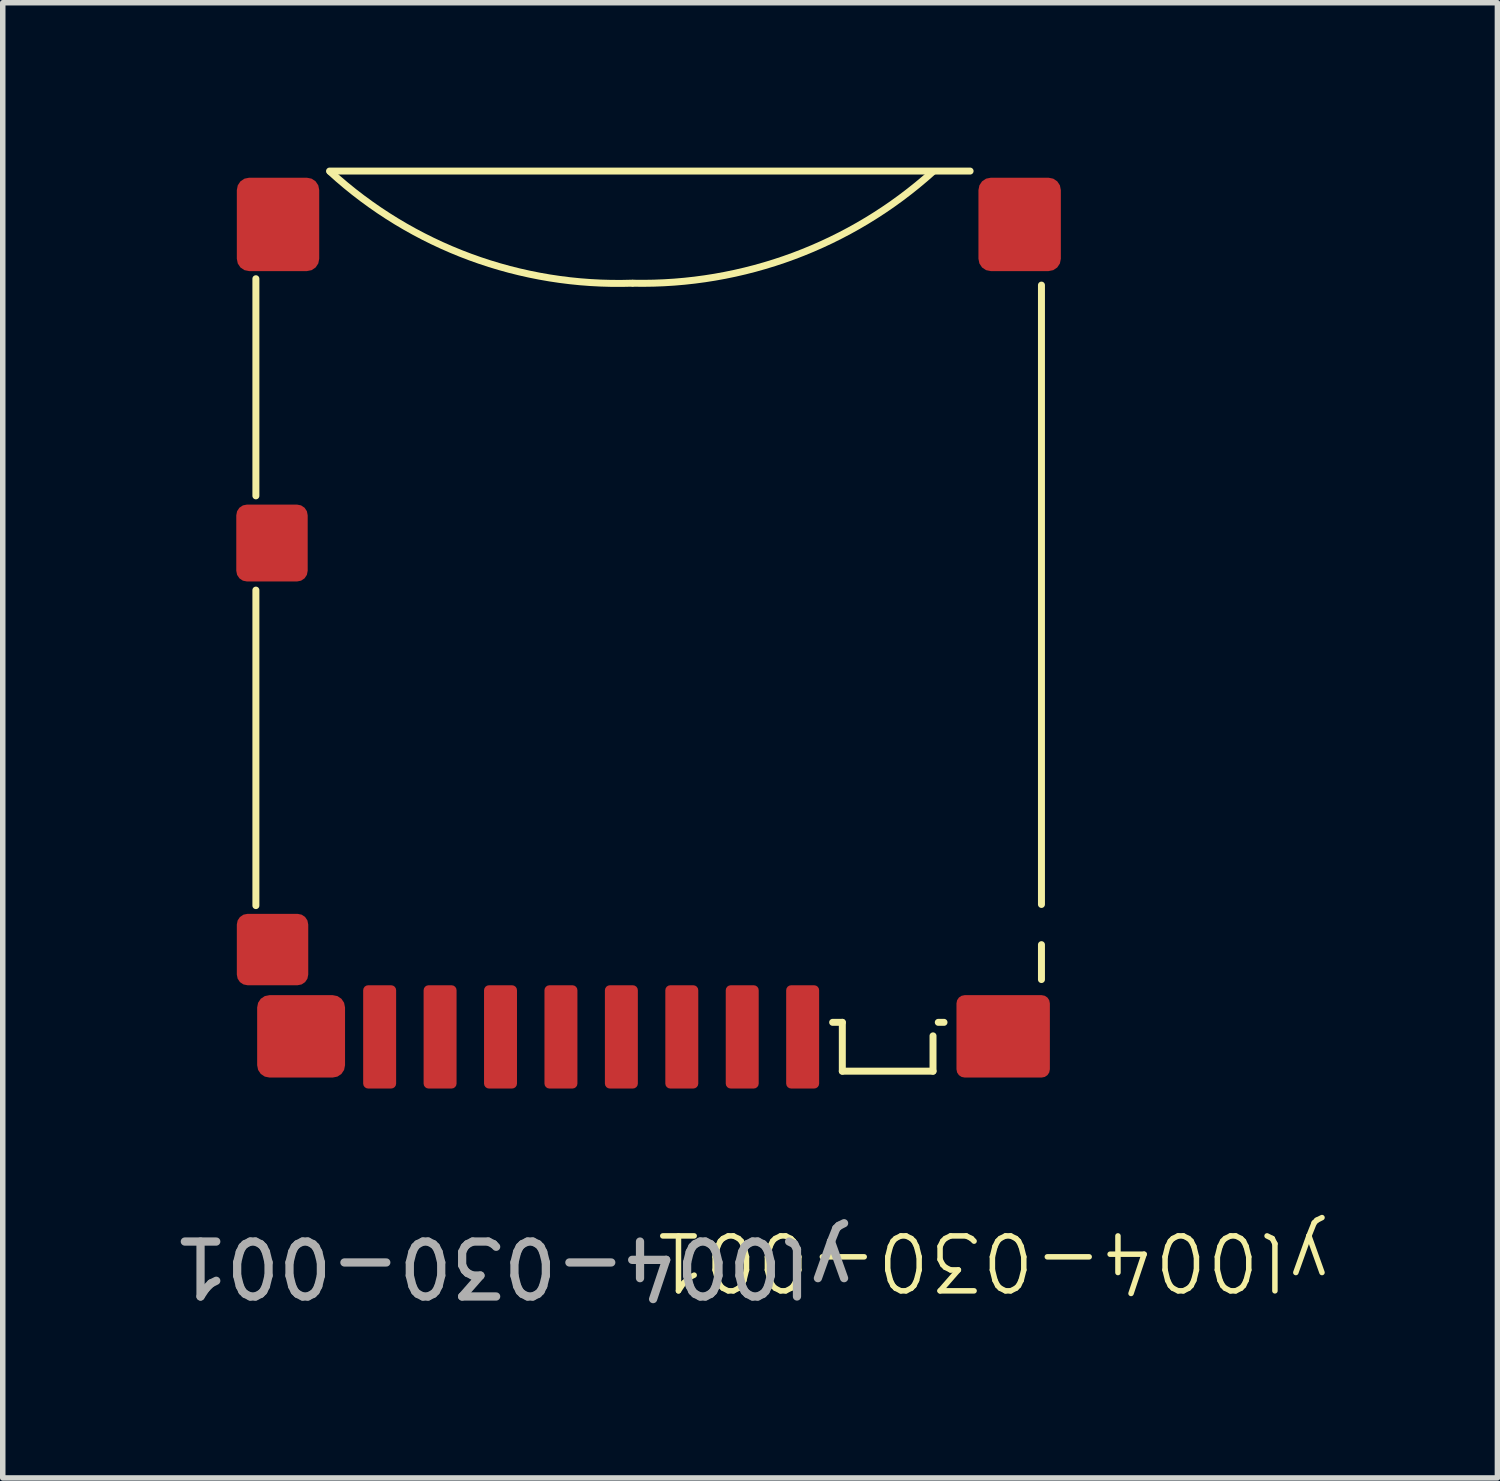
<source format=kicad_pcb>
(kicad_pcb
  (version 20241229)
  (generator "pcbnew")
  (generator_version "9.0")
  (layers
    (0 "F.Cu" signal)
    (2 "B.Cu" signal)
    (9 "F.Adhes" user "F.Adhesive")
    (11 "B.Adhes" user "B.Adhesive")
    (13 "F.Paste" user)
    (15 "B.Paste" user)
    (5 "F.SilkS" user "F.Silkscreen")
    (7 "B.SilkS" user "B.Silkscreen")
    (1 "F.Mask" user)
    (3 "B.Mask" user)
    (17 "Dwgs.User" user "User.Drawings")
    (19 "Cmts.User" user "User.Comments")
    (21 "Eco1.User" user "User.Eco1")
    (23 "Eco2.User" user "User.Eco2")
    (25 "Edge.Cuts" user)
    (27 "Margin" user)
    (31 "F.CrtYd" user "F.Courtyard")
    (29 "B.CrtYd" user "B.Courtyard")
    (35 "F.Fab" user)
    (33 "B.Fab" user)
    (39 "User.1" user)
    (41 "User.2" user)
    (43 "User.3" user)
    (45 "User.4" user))
  (footprint "yl004-030-001"
    (layer "F.Cu")
    (at 2.448 15.834)
    (property "Reference" "yl004-030-001" (at 12.543 4.071 180) (unlocked yes) (layer "F.SilkS") (effects (font (size 1 1) (thickness 0.1))))
    (attr smd)
    (fp_poly (pts (xy -1.237 -9.585) (xy -1.228 -9.619) (xy -1.213 -9.65) (xy -1.193 -9.679) (xy -1.169 -9.703) (xy -1.14 -9.723) (xy -1.108 -9.738) (xy -1.075 -9.747) (xy -1.04 -9.75) (xy -0.04 -9.75) (xy -0.005 -9.747) (xy 0.029 -9.738) (xy 0.06 -9.723) (xy 0.089 -9.703) (xy 0.113 -9.679) (xy 0.133 -9.65) (xy 0.148 -9.619) (xy 0.157 -9.585) (xy 0.16 -9.55) (xy 0.16 -8.45) (xy 0.157 -8.415) (xy 0.148 -8.381) (xy 0.133 -8.35) (xy 0.113 -8.321) (xy 0.089 -8.297) (xy 0.06 -8.277) (xy 0.029 -8.262) (xy -0.005 -8.253) (xy -0.04 -8.25) (xy -1.04 -8.25) (xy -1.075 -8.253) (xy -1.108 -8.262) (xy -1.14 -8.277) (xy -1.169 -8.297) (xy -1.193 -8.321) (xy -1.213 -8.35) (xy -1.228 -8.381) (xy -1.237 -8.415) (xy -1.24 -8.45) (xy -1.24 -9.55)) (stroke (width 0) (type solid)) (fill yes) (layer "F.Mask"))
    (fp_poly (pts (xy -1.237 -2.135) (xy -1.228 -2.168) (xy -1.213 -2.2) (xy -1.193 -2.229) (xy -1.169 -2.253) (xy -1.14 -2.273) (xy -1.108 -2.288) (xy -1.075 -2.297) (xy -1.04 -2.3) (xy -0.04 -2.3) (xy -0.005 -2.297) (xy 0.029 -2.288) (xy 0.06 -2.273) (xy 0.089 -2.253) (xy 0.113 -2.229) (xy 0.133 -2.2) (xy 0.148 -2.168) (xy 0.157 -2.135) (xy 0.16 -2.1) (xy 0.16 -1.1) (xy 0.157 -1.065) (xy 0.148 -1.031) (xy 0.133 -1) (xy 0.113 -0.971) (xy 0.089 -0.947) (xy 0.06 -0.927) (xy 0.029 -0.912) (xy -0.005 -0.903) (xy -0.04 -0.9) (xy -1.04 -0.9) (xy -1.075 -0.903) (xy -1.108 -0.912) (xy -1.14 -0.927) (xy -1.169 -0.947) (xy -1.193 -0.971) (xy -1.213 -1) (xy -1.228 -1.031) (xy -1.237 -1.065) (xy -1.24 -1.1) (xy -1.24 -2.1)) (stroke (width 0) (type solid)) (fill yes) (layer "F.Mask"))
    (fp_poly (pts (xy -1.237 -15.535) (xy -1.228 -15.569) (xy -1.213 -15.6) (xy -1.193 -15.629) (xy -1.169 -15.653) (xy -1.14 -15.673) (xy -1.108 -15.688) (xy -1.075 -15.697) (xy -1.04 -15.7) (xy 0.16 -15.7) (xy 0.16 -15.7) (xy 0.195 -15.697) (xy 0.228 -15.688) (xy 0.26 -15.673) (xy 0.289 -15.653) (xy 0.313 -15.629) (xy 0.333 -15.6) (xy 0.348 -15.568) (xy 0.357 -15.535) (xy 0.36 -15.5) (xy 0.36 -14.1) (xy 0.36 -14.1) (xy 0.357 -14.065) (xy 0.348 -14.031) (xy 0.333 -14) (xy 0.313 -13.971) (xy 0.288 -13.947) (xy 0.26 -13.927) (xy 0.228 -13.912) (xy 0.195 -13.903) (xy 0.16 -13.9) (xy -1.04 -13.9) (xy -1.04 -13.9) (xy -1.075 -13.903) (xy -1.109 -13.912) (xy -1.14 -13.927) (xy -1.169 -13.947) (xy -1.193 -13.972) (xy -1.213 -14) (xy -1.228 -14.032) (xy -1.237 -14.065) (xy -1.24 -14.1) (xy -1.24 -15.5) (xy -1.24 -15.5)) (stroke (width 0) (type solid)) (fill yes) (layer "F.Mask"))
    (fp_poly (pts (xy -0.862 -0.655) (xy -0.853 -0.689) (xy -0.838 -0.72) (xy -0.818 -0.749) (xy -0.794 -0.773) (xy -0.765 -0.793) (xy -0.734 -0.808) (xy -0.7 -0.817) (xy -0.665 -0.82) (xy 0.635 -0.82) (xy 0.635 -0.82) (xy 0.67 -0.817) (xy 0.703 -0.808) (xy 0.735 -0.793) (xy 0.763 -0.773) (xy 0.788 -0.749) (xy 0.808 -0.72) (xy 0.823 -0.688) (xy 0.832 -0.655) (xy 0.835 -0.62) (xy 0.835 0.58) (xy 0.835 0.58) (xy 0.832 0.615) (xy 0.823 0.648) (xy 0.808 0.68) (xy 0.788 0.709) (xy 0.763 0.733) (xy 0.735 0.753) (xy 0.703 0.768) (xy 0.669 0.777) (xy 0.635 0.78) (xy -0.665 0.78) (xy -0.665 0.78) (xy -0.7 0.777) (xy -0.734 0.768) (xy -0.765 0.753) (xy -0.794 0.733) (xy -0.819 0.708) (xy -0.839 0.68) (xy -0.853 0.648) (xy -0.862 0.615) (xy -0.865 0.58) (xy -0.865 -0.62) (xy -0.865 -0.62)) (stroke (width 0) (type solid)) (fill yes) (layer "F.Mask"))
    (fp_poly (pts (xy 1.061 -0.917) (xy 1.066 -0.934) (xy 1.073 -0.95) (xy 1.083 -0.964) (xy 1.096 -0.977) (xy 1.11 -0.987) (xy 1.126 -0.994) (xy 1.143 -0.999) (xy 1.16 -1) (xy 1.66 -1) (xy 1.66 -1) (xy 1.677 -0.999) (xy 1.694 -0.994) (xy 1.71 -0.987) (xy 1.724 -0.977) (xy 1.737 -0.964) (xy 1.747 -0.95) (xy 1.754 -0.934) (xy 1.758 -0.917) (xy 1.76 -0.9) (xy 1.76 0.88) (xy 1.76 0.88) (xy 1.758 0.897) (xy 1.754 0.914) (xy 1.747 0.93) (xy 1.737 0.944) (xy 1.724 0.956) (xy 1.71 0.966) (xy 1.694 0.974) (xy 1.677 0.978) (xy 1.66 0.98) (xy 1.16 0.98) (xy 1.16 0.98) (xy 1.143 0.978) (xy 1.126 0.974) (xy 1.11 0.966) (xy 1.096 0.956) (xy 1.083 0.944) (xy 1.073 0.93) (xy 1.066 0.914) (xy 1.061 0.897) (xy 1.06 0.88) (xy 1.06 -0.9) (xy 1.06 -0.9)) (stroke (width 0) (type solid)) (fill yes) (layer "F.Mask"))
    (fp_poly (pts (xy 2.161 -0.917) (xy 2.166 -0.934) (xy 2.173 -0.95) (xy 2.183 -0.964) (xy 2.196 -0.977) (xy 2.21 -0.987) (xy 2.226 -0.994) (xy 2.242 -0.999) (xy 2.26 -1) (xy 2.76 -1) (xy 2.76 -1) (xy 2.777 -0.999) (xy 2.794 -0.994) (xy 2.81 -0.987) (xy 2.824 -0.977) (xy 2.836 -0.964) (xy 2.846 -0.95) (xy 2.854 -0.934) (xy 2.858 -0.917) (xy 2.86 -0.9) (xy 2.86 0.88) (xy 2.86 0.88) (xy 2.858 0.897) (xy 2.854 0.914) (xy 2.846 0.93) (xy 2.836 0.944) (xy 2.824 0.956) (xy 2.81 0.966) (xy 2.794 0.974) (xy 2.777 0.978) (xy 2.76 0.98) (xy 2.26 0.98) (xy 2.26 0.98) (xy 2.242 0.978) (xy 2.226 0.974) (xy 2.21 0.966) (xy 2.195 0.956) (xy 2.183 0.944) (xy 2.173 0.93) (xy 2.166 0.914) (xy 2.161 0.897) (xy 2.16 0.88) (xy 2.16 -0.9) (xy 2.16 -0.9)) (stroke (width 0) (type solid)) (fill yes) (layer "F.Mask"))
    (fp_poly (pts (xy 3.261 -0.917) (xy 3.266 -0.934) (xy 3.273 -0.95) (xy 3.283 -0.964) (xy 3.296 -0.977) (xy 3.31 -0.987) (xy 3.326 -0.994) (xy 3.343 -0.999) (xy 3.36 -1) (xy 3.86 -1) (xy 3.86 -1) (xy 3.877 -0.999) (xy 3.894 -0.994) (xy 3.91 -0.987) (xy 3.924 -0.977) (xy 3.937 -0.964) (xy 3.947 -0.95) (xy 3.954 -0.934) (xy 3.958 -0.917) (xy 3.96 -0.9) (xy 3.96 0.88) (xy 3.96 0.88) (xy 3.958 0.897) (xy 3.954 0.914) (xy 3.946 0.93) (xy 3.936 0.944) (xy 3.924 0.956) (xy 3.91 0.966) (xy 3.894 0.974) (xy 3.877 0.978) (xy 3.86 0.98) (xy 3.36 0.98) (xy 3.36 0.98) (xy 3.342 0.978) (xy 3.326 0.974) (xy 3.31 0.966) (xy 3.296 0.956) (xy 3.283 0.944) (xy 3.273 0.93) (xy 3.266 0.914) (xy 3.261 0.897) (xy 3.26 0.88) (xy 3.26 -0.9) (xy 3.26 -0.9)) (stroke (width 0) (type solid)) (fill yes) (layer "F.Mask"))
    (fp_poly (pts (xy 4.361 -0.917) (xy 4.366 -0.934) (xy 4.373 -0.95) (xy 4.383 -0.964) (xy 4.396 -0.977) (xy 4.41 -0.987) (xy 4.426 -0.994) (xy 4.443 -0.999) (xy 4.46 -1) (xy 4.96 -1) (xy 4.96 -1) (xy 4.977 -0.999) (xy 4.994 -0.994) (xy 5.01 -0.987) (xy 5.024 -0.977) (xy 5.037 -0.964) (xy 5.047 -0.95) (xy 5.054 -0.934) (xy 5.058 -0.917) (xy 5.06 -0.9) (xy 5.06 0.88) (xy 5.06 0.88) (xy 5.058 0.897) (xy 5.054 0.914) (xy 5.047 0.93) (xy 5.037 0.944) (xy 5.024 0.956) (xy 5.01 0.966) (xy 4.994 0.974) (xy 4.977 0.978) (xy 4.96 0.98) (xy 4.46 0.98) (xy 4.46 0.98) (xy 4.442 0.978) (xy 4.426 0.974) (xy 4.41 0.966) (xy 4.396 0.956) (xy 4.383 0.944) (xy 4.373 0.93) (xy 4.366 0.914) (xy 4.361 0.897) (xy 4.36 0.88) (xy 4.36 -0.9) (xy 4.36 -0.9)) (stroke (width 0) (type solid)) (fill yes) (layer "F.Mask"))
    (fp_poly (pts (xy 5.462 -0.917) (xy 5.466 -0.934) (xy 5.473 -0.95) (xy 5.483 -0.964) (xy 5.496 -0.977) (xy 5.51 -0.987) (xy 5.526 -0.994) (xy 5.543 -0.999) (xy 5.56 -1) (xy 6.06 -1) (xy 6.06 -1) (xy 6.077 -0.999) (xy 6.094 -0.994) (xy 6.11 -0.987) (xy 6.124 -0.977) (xy 6.137 -0.964) (xy 6.147 -0.95) (xy 6.154 -0.934) (xy 6.159 -0.917) (xy 6.16 -0.9) (xy 6.16 0.88) (xy 6.16 0.88) (xy 6.159 0.897) (xy 6.154 0.914) (xy 6.147 0.93) (xy 6.137 0.944) (xy 6.124 0.956) (xy 6.11 0.966) (xy 6.094 0.974) (xy 6.077 0.978) (xy 6.06 0.98) (xy 5.56 0.98) (xy 5.56 0.98) (xy 5.543 0.978) (xy 5.526 0.974) (xy 5.51 0.966) (xy 5.496 0.956) (xy 5.483 0.944) (xy 5.473 0.93) (xy 5.466 0.914) (xy 5.462 0.897) (xy 5.46 0.88) (xy 5.46 -0.9) (xy 5.46 -0.9)) (stroke (width 0) (type solid)) (fill yes) (layer "F.Mask"))
    (fp_poly (pts (xy 6.561 -0.917) (xy 6.566 -0.934) (xy 6.573 -0.95) (xy 6.583 -0.964) (xy 6.596 -0.977) (xy 6.61 -0.987) (xy 6.626 -0.994) (xy 6.643 -0.999) (xy 6.66 -1) (xy 7.16 -1) (xy 7.16 -1) (xy 7.177 -0.999) (xy 7.194 -0.994) (xy 7.21 -0.987) (xy 7.224 -0.977) (xy 7.237 -0.964) (xy 7.247 -0.95) (xy 7.254 -0.934) (xy 7.258 -0.917) (xy 7.26 -0.9) (xy 7.26 0.88) (xy 7.26 0.88) (xy 7.258 0.897) (xy 7.254 0.914) (xy 7.246 0.93) (xy 7.236 0.944) (xy 7.224 0.956) (xy 7.21 0.966) (xy 7.194 0.974) (xy 7.177 0.978) (xy 7.16 0.98) (xy 6.66 0.98) (xy 6.66 0.98) (xy 6.642 0.978) (xy 6.626 0.974) (xy 6.61 0.966) (xy 6.595 0.956) (xy 6.583 0.944) (xy 6.573 0.93) (xy 6.566 0.914) (xy 6.561 0.897) (xy 6.56 0.88) (xy 6.56 -0.9) (xy 6.56 -0.9)) (stroke (width 0) (type solid)) (fill yes) (layer "F.Mask"))
    (fp_poly (pts (xy 7.661 -0.917) (xy 7.666 -0.934) (xy 7.673 -0.95) (xy 7.683 -0.964) (xy 7.696 -0.977) (xy 7.71 -0.987) (xy 7.726 -0.994) (xy 7.743 -0.999) (xy 7.76 -1) (xy 8.26 -1) (xy 8.26 -1) (xy 8.277 -0.999) (xy 8.294 -0.994) (xy 8.31 -0.987) (xy 8.324 -0.977) (xy 8.337 -0.964) (xy 8.347 -0.95) (xy 8.354 -0.934) (xy 8.358 -0.917) (xy 8.36 -0.9) (xy 8.36 0.88) (xy 8.36 0.88) (xy 8.358 0.897) (xy 8.354 0.914) (xy 8.347 0.93) (xy 8.336 0.944) (xy 8.324 0.956) (xy 8.31 0.966) (xy 8.294 0.974) (xy 8.277 0.978) (xy 8.26 0.98) (xy 7.76 0.98) (xy 7.76 0.98) (xy 7.742 0.978) (xy 7.726 0.974) (xy 7.71 0.966) (xy 7.696 0.956) (xy 7.683 0.944) (xy 7.673 0.93) (xy 7.666 0.914) (xy 7.661 0.897) (xy 7.66 0.88) (xy 7.66 -0.9) (xy 7.66 -0.9)) (stroke (width 0) (type solid)) (fill yes) (layer "F.Mask"))
    (fp_poly (pts (xy 8.761 -0.917) (xy 8.766 -0.934) (xy 8.773 -0.95) (xy 8.783 -0.964) (xy 8.796 -0.977) (xy 8.81 -0.987) (xy 8.826 -0.994) (xy 8.843 -0.999) (xy 8.86 -1) (xy 9.36 -1) (xy 9.36 -1) (xy 9.377 -0.999) (xy 9.394 -0.994) (xy 9.41 -0.987) (xy 9.424 -0.977) (xy 9.437 -0.964) (xy 9.447 -0.95) (xy 9.454 -0.934) (xy 9.458 -0.917) (xy 9.46 -0.9) (xy 9.46 0.88) (xy 9.46 0.88) (xy 9.458 0.897) (xy 9.454 0.914) (xy 9.447 0.93) (xy 9.437 0.944) (xy 9.424 0.956) (xy 9.41 0.966) (xy 9.394 0.974) (xy 9.377 0.978) (xy 9.36 0.98) (xy 8.86 0.98) (xy 8.86 0.98) (xy 8.843 0.978) (xy 8.826 0.974) (xy 8.81 0.966) (xy 8.796 0.956) (xy 8.783 0.944) (xy 8.773 0.93) (xy 8.766 0.914) (xy 8.761 0.897) (xy 8.76 0.88) (xy 8.76 -0.9) (xy 8.76 -0.9)) (stroke (width 0) (type solid)) (fill yes) (layer "F.Mask"))
    (fp_poly (pts (xy 11.863 -0.655) (xy 11.872 -0.689) (xy 11.887 -0.72) (xy 11.907 -0.749) (xy 11.931 -0.773) (xy 11.96 -0.793) (xy 11.992 -0.808) (xy 12.025 -0.817) (xy 12.06 -0.82) (xy 13.46 -0.82) (xy 13.46 -0.82) (xy 13.495 -0.817) (xy 13.529 -0.808) (xy 13.56 -0.793) (xy 13.589 -0.773) (xy 13.613 -0.749) (xy 13.633 -0.72) (xy 13.648 -0.688) (xy 13.657 -0.655) (xy 13.66 -0.62) (xy 13.66 0.58) (xy 13.66 0.58) (xy 13.657 0.615) (xy 13.648 0.648) (xy 13.633 0.68) (xy 13.613 0.709) (xy 13.589 0.733) (xy 13.56 0.753) (xy 13.528 0.768) (xy 13.495 0.777) (xy 13.46 0.78) (xy 12.06 0.78) (xy 12.06 0.78) (xy 12.025 0.777) (xy 11.991 0.768) (xy 11.96 0.753) (xy 11.931 0.733) (xy 11.907 0.708) (xy 11.887 0.68) (xy 11.872 0.648) (xy 11.863 0.615) (xy 11.86 0.58) (xy 11.86 -0.62) (xy 11.86 -0.62)) (stroke (width 0) (type solid)) (fill yes) (layer "F.Mask"))
    (fp_poly (pts (xy 12.263 -15.535) (xy 12.272 -15.569) (xy 12.287 -15.6) (xy 12.307 -15.629) (xy 12.331 -15.653) (xy 12.36 -15.673) (xy 12.392 -15.688) (xy 12.425 -15.697) (xy 12.46 -15.7) (xy 13.66 -15.7) (xy 13.66 -15.7) (xy 13.695 -15.697) (xy 13.728 -15.688) (xy 13.76 -15.673) (xy 13.789 -15.653) (xy 13.813 -15.629) (xy 13.833 -15.6) (xy 13.848 -15.568) (xy 13.857 -15.535) (xy 13.86 -15.5) (xy 13.86 -14.1) (xy 13.86 -14.1) (xy 13.857 -14.065) (xy 13.848 -14.031) (xy 13.833 -14) (xy 13.813 -13.971) (xy 13.788 -13.947) (xy 13.76 -13.927) (xy 13.728 -13.912) (xy 13.695 -13.903) (xy 13.66 -13.9) (xy 12.46 -13.9) (xy 12.46 -13.9) (xy 12.425 -13.903) (xy 12.391 -13.912) (xy 12.36 -13.927) (xy 12.331 -13.947) (xy 12.307 -13.972) (xy 12.287 -14) (xy 12.272 -14.032) (xy 12.263 -14.065) (xy 12.26 -14.1) (xy 12.26 -15.5) (xy 12.26 -15.5)) (stroke (width 0) (type solid)) (fill yes) (layer "F.Mask"))
    (fp_line (start -0.84 -13.81) (end -0.84 -9.858) (stroke (width 0.127) (type solid)) (layer "F.SilkS"))
    (fp_line (start -0.84 -8.142) (end -0.84 -2.399) (stroke (width 0.127) (type solid)) (layer "F.SilkS"))
    (fp_line (start 9.659 -0.274) (end 9.835 -0.274) (stroke (width 0.127) (type solid)) (layer "F.SilkS"))
    (fp_line (start 9.835 -0.274) (end 9.835 0.615) (stroke (width 0.127) (type solid)) (layer "F.SilkS"))
    (fp_line (start 9.835 0.615) (end 11.486 0.615) (stroke (width 0.127) (type solid)) (layer "F.SilkS"))
    (fp_line (start 11.486 0.615) (end 11.486 -0.028) (stroke (width 0.127) (type solid)) (layer "F.SilkS"))
    (fp_line (start 11.582 -0.274) (end 11.686 -0.274) (stroke (width 0.127) (type solid)) (layer "F.SilkS"))
    (fp_line (start 12.161 -15.77) (end 0.501 -15.77) (stroke (width 0.127) (type solid)) (layer "F.SilkS"))
    (fp_line (start 13.46 -2.42) (end 13.46 -13.694) (stroke (width 0.127) (type solid)) (layer "F.SilkS"))
    (fp_line (start 13.46 -1.053) (end 13.46 -1.688) (stroke (width 0.127) (type solid)) (layer "F.SilkS"))
    (fp_arc (start 6.0089 -13.728951) (mid 3.061491 -14.204812) (end 0.51183 -15.75816) (stroke (width 0.127) (type solid)) (layer "F.SilkS"))
    (fp_arc (start 11.485935 -15.760151) (mid 8.949183 -14.223412) (end 6.0249 -13.72819) (stroke (width 0.127) (type solid)) (layer "F.SilkS"))
    (fp_poly (pts (xy -1.187 -9.535) (xy -1.178 -9.568) (xy -1.163 -9.6) (xy -1.143 -9.629) (xy -1.119 -9.653) (xy -1.09 -9.673) (xy -1.058 -9.688) (xy -1.025 -9.697) (xy -0.99 -9.7) (xy -0.09 -9.7) (xy -0.055 -9.697) (xy -0.022 -9.688) (xy 0.01 -9.673) (xy 0.039 -9.653) (xy 0.063 -9.629) (xy 0.083 -9.6) (xy 0.098 -9.568) (xy 0.107 -9.535) (xy 0.11 -9.5) (xy 0.11 -8.5) (xy 0.107 -8.465) (xy 0.098 -8.431) (xy 0.083 -8.4) (xy 0.063 -8.371) (xy 0.039 -8.347) (xy 0.01 -8.327) (xy -0.022 -8.312) (xy -0.055 -8.303) (xy -0.09 -8.3) (xy -0.99 -8.3) (xy -1.025 -8.303) (xy -1.058 -8.312) (xy -1.09 -8.327) (xy -1.119 -8.347) (xy -1.143 -8.371) (xy -1.163 -8.4) (xy -1.178 -8.431) (xy -1.187 -8.465) (xy -1.19 -8.5) (xy -1.19 -9.5)) (stroke (width 0) (type solid)) (fill yes) (layer "F.Paste"))
    (fp_poly (pts (xy -1.187 -2.085) (xy -1.178 -2.118) (xy -1.163 -2.15) (xy -1.143 -2.179) (xy -1.119 -2.203) (xy -1.09 -2.223) (xy -1.058 -2.238) (xy -1.025 -2.247) (xy -0.99 -2.25) (xy -0.09 -2.25) (xy -0.055 -2.247) (xy -0.022 -2.238) (xy 0.01 -2.223) (xy 0.039 -2.203) (xy 0.063 -2.179) (xy 0.083 -2.15) (xy 0.098 -2.118) (xy 0.107 -2.085) (xy 0.11 -2.05) (xy 0.11 -1.15) (xy 0.107 -1.115) (xy 0.098 -1.081) (xy 0.083 -1.05) (xy 0.063 -1.021) (xy 0.039 -0.997) (xy 0.01 -0.977) (xy -0.022 -0.962) (xy -0.055 -0.953) (xy -0.09 -0.95) (xy -0.99 -0.95) (xy -1.025 -0.953) (xy -1.058 -0.962) (xy -1.09 -0.977) (xy -1.119 -0.997) (xy -1.143 -1.021) (xy -1.163 -1.05) (xy -1.178 -1.081) (xy -1.187 -1.115) (xy -1.19 -1.15) (xy -1.19 -2.05)) (stroke (width 0) (type solid)) (fill yes) (layer "F.Paste"))
    (fp_poly (pts (xy 1.112 -0.868) (xy 1.116 -0.884) (xy 1.123 -0.9) (xy 1.133 -0.914) (xy 1.146 -0.927) (xy 1.16 -0.937) (xy 1.176 -0.944) (xy 1.193 -0.949) (xy 1.21 -0.95) (xy 1.61 -0.95) (xy 1.627 -0.949) (xy 1.644 -0.944) (xy 1.66 -0.937) (xy 1.674 -0.927) (xy 1.687 -0.914) (xy 1.697 -0.9) (xy 1.704 -0.884) (xy 1.708 -0.868) (xy 1.71 -0.85) (xy 1.71 0.83) (xy 1.708 0.847) (xy 1.704 0.864) (xy 1.697 0.88) (xy 1.687 0.894) (xy 1.674 0.906) (xy 1.66 0.916) (xy 1.644 0.924) (xy 1.627 0.928) (xy 1.61 0.93) (xy 1.21 0.93) (xy 1.193 0.928) (xy 1.176 0.924) (xy 1.16 0.916) (xy 1.146 0.906) (xy 1.133 0.894) (xy 1.123 0.88) (xy 1.116 0.864) (xy 1.112 0.847) (xy 1.11 0.83) (xy 1.11 -0.85)) (stroke (width 0) (type solid)) (fill yes) (layer "F.Paste"))
    (fp_poly (pts (xy 2.211 -0.868) (xy 2.216 -0.884) (xy 2.223 -0.9) (xy 2.233 -0.914) (xy 2.246 -0.927) (xy 2.26 -0.937) (xy 2.276 -0.944) (xy 2.293 -0.949) (xy 2.31 -0.95) (xy 2.71 -0.95) (xy 2.727 -0.949) (xy 2.744 -0.944) (xy 2.76 -0.937) (xy 2.774 -0.927) (xy 2.786 -0.914) (xy 2.796 -0.9) (xy 2.804 -0.884) (xy 2.808 -0.868) (xy 2.81 -0.85) (xy 2.81 0.83) (xy 2.808 0.847) (xy 2.804 0.864) (xy 2.796 0.88) (xy 2.786 0.894) (xy 2.774 0.906) (xy 2.76 0.916) (xy 2.744 0.924) (xy 2.727 0.928) (xy 2.71 0.93) (xy 2.31 0.93) (xy 2.293 0.928) (xy 2.276 0.924) (xy 2.26 0.916) (xy 2.246 0.906) (xy 2.233 0.894) (xy 2.223 0.88) (xy 2.216 0.864) (xy 2.211 0.847) (xy 2.21 0.83) (xy 2.21 -0.85)) (stroke (width 0) (type solid)) (fill yes) (layer "F.Paste"))
    (fp_poly (pts (xy 3.311 -0.868) (xy 3.316 -0.884) (xy 3.323 -0.9) (xy 3.333 -0.914) (xy 3.346 -0.927) (xy 3.36 -0.937) (xy 3.376 -0.944) (xy 3.393 -0.949) (xy 3.41 -0.95) (xy 3.81 -0.95) (xy 3.827 -0.949) (xy 3.844 -0.944) (xy 3.86 -0.937) (xy 3.874 -0.927) (xy 3.886 -0.914) (xy 3.896 -0.9) (xy 3.904 -0.884) (xy 3.908 -0.868) (xy 3.91 -0.85) (xy 3.91 0.83) (xy 3.908 0.847) (xy 3.904 0.864) (xy 3.896 0.88) (xy 3.886 0.894) (xy 3.874 0.906) (xy 3.86 0.916) (xy 3.844 0.924) (xy 3.827 0.928) (xy 3.81 0.93) (xy 3.41 0.93) (xy 3.393 0.928) (xy 3.376 0.924) (xy 3.36 0.916) (xy 3.346 0.906) (xy 3.333 0.894) (xy 3.323 0.88) (xy 3.316 0.864) (xy 3.311 0.847) (xy 3.31 0.83) (xy 3.31 -0.85)) (stroke (width 0) (type solid)) (fill yes) (layer "F.Paste"))
    (fp_poly (pts (xy 4.411 -0.868) (xy 4.416 -0.884) (xy 4.423 -0.9) (xy 4.433 -0.914) (xy 4.446 -0.927) (xy 4.46 -0.937) (xy 4.476 -0.944) (xy 4.493 -0.949) (xy 4.51 -0.95) (xy 4.91 -0.95) (xy 4.927 -0.949) (xy 4.944 -0.944) (xy 4.96 -0.937) (xy 4.974 -0.927) (xy 4.987 -0.914) (xy 4.997 -0.9) (xy 5.004 -0.884) (xy 5.008 -0.868) (xy 5.01 -0.85) (xy 5.01 0.83) (xy 5.008 0.847) (xy 5.004 0.864) (xy 4.997 0.88) (xy 4.987 0.894) (xy 4.974 0.906) (xy 4.96 0.916) (xy 4.944 0.924) (xy 4.927 0.928) (xy 4.91 0.93) (xy 4.51 0.93) (xy 4.493 0.928) (xy 4.476 0.924) (xy 4.46 0.916) (xy 4.446 0.906) (xy 4.433 0.894) (xy 4.423 0.88) (xy 4.416 0.864) (xy 4.411 0.847) (xy 4.41 0.83) (xy 4.41 -0.85)) (stroke (width 0) (type solid)) (fill yes) (layer "F.Paste"))
    (fp_poly (pts (xy 5.512 -0.868) (xy 5.516 -0.884) (xy 5.523 -0.9) (xy 5.533 -0.914) (xy 5.546 -0.927) (xy 5.56 -0.937) (xy 5.576 -0.944) (xy 5.593 -0.949) (xy 5.61 -0.95) (xy 6.01 -0.95) (xy 6.027 -0.949) (xy 6.044 -0.944) (xy 6.06 -0.937) (xy 6.074 -0.927) (xy 6.087 -0.914) (xy 6.097 -0.9) (xy 6.104 -0.884) (xy 6.108 -0.868) (xy 6.11 -0.85) (xy 6.11 0.83) (xy 6.108 0.847) (xy 6.104 0.864) (xy 6.097 0.88) (xy 6.087 0.894) (xy 6.074 0.906) (xy 6.06 0.916) (xy 6.044 0.924) (xy 6.027 0.928) (xy 6.01 0.93) (xy 5.61 0.93) (xy 5.593 0.928) (xy 5.576 0.924) (xy 5.56 0.916) (xy 5.546 0.906) (xy 5.533 0.894) (xy 5.523 0.88) (xy 5.516 0.864) (xy 5.512 0.847) (xy 5.51 0.83) (xy 5.51 -0.85)) (stroke (width 0) (type solid)) (fill yes) (layer "F.Paste"))
    (fp_poly (pts (xy 6.611 -0.868) (xy 6.616 -0.884) (xy 6.623 -0.9) (xy 6.633 -0.914) (xy 6.646 -0.927) (xy 6.66 -0.937) (xy 6.676 -0.944) (xy 6.693 -0.949) (xy 6.71 -0.95) (xy 7.11 -0.95) (xy 7.127 -0.949) (xy 7.144 -0.944) (xy 7.16 -0.937) (xy 7.174 -0.927) (xy 7.186 -0.914) (xy 7.196 -0.9) (xy 7.204 -0.884) (xy 7.208 -0.868) (xy 7.21 -0.85) (xy 7.21 0.83) (xy 7.208 0.847) (xy 7.204 0.864) (xy 7.196 0.88) (xy 7.186 0.894) (xy 7.174 0.906) (xy 7.16 0.916) (xy 7.144 0.924) (xy 7.127 0.928) (xy 7.11 0.93) (xy 6.71 0.93) (xy 6.693 0.928) (xy 6.676 0.924) (xy 6.66 0.916) (xy 6.646 0.906) (xy 6.633 0.894) (xy 6.623 0.88) (xy 6.616 0.864) (xy 6.611 0.847) (xy 6.61 0.83) (xy 6.61 -0.85)) (stroke (width 0) (type solid)) (fill yes) (layer "F.Paste"))
    (fp_poly (pts (xy 7.711 -0.868) (xy 7.716 -0.884) (xy 7.723 -0.9) (xy 7.733 -0.914) (xy 7.746 -0.927) (xy 7.76 -0.937) (xy 7.776 -0.944) (xy 7.793 -0.949) (xy 7.81 -0.95) (xy 8.21 -0.95) (xy 8.227 -0.949) (xy 8.244 -0.944) (xy 8.26 -0.937) (xy 8.274 -0.927) (xy 8.286 -0.914) (xy 8.296 -0.9) (xy 8.304 -0.884) (xy 8.308 -0.868) (xy 8.31 -0.85) (xy 8.31 0.83) (xy 8.308 0.847) (xy 8.304 0.864) (xy 8.296 0.88) (xy 8.286 0.894) (xy 8.274 0.906) (xy 8.26 0.916) (xy 8.244 0.924) (xy 8.227 0.928) (xy 8.21 0.93) (xy 7.81 0.93) (xy 7.793 0.928) (xy 7.776 0.924) (xy 7.76 0.916) (xy 7.746 0.906) (xy 7.733 0.894) (xy 7.723 0.88) (xy 7.716 0.864) (xy 7.711 0.847) (xy 7.71 0.83) (xy 7.71 -0.85)) (stroke (width 0) (type solid)) (fill yes) (layer "F.Paste"))
    (fp_poly (pts (xy 8.812 -0.868) (xy 8.816 -0.884) (xy 8.823 -0.9) (xy 8.833 -0.914) (xy 8.846 -0.927) (xy 8.86 -0.937) (xy 8.876 -0.944) (xy 8.893 -0.949) (xy 8.91 -0.95) (xy 9.31 -0.95) (xy 9.327 -0.949) (xy 9.344 -0.944) (xy 9.36 -0.937) (xy 9.374 -0.927) (xy 9.387 -0.914) (xy 9.397 -0.9) (xy 9.404 -0.884) (xy 9.408 -0.868) (xy 9.41 -0.85) (xy 9.41 0.83) (xy 9.408 0.847) (xy 9.404 0.864) (xy 9.397 0.88) (xy 9.387 0.894) (xy 9.374 0.906) (xy 9.36 0.916) (xy 9.344 0.924) (xy 9.327 0.928) (xy 9.31 0.93) (xy 8.91 0.93) (xy 8.893 0.928) (xy 8.876 0.924) (xy 8.86 0.916) (xy 8.846 0.906) (xy 8.833 0.894) (xy 8.823 0.88) (xy 8.816 0.864) (xy 8.812 0.847) (xy 8.81 0.83) (xy 8.81 -0.85)) (stroke (width 0) (type solid)) (fill yes) (layer "F.Paste"))
    (fp_poly (pts (xy -1.187 -15.485) (xy -1.178 -15.519) (xy -1.163 -15.55) (xy -1.143 -15.579) (xy -1.119 -15.603) (xy -1.09 -15.623) (xy -1.059 -15.638) (xy -1.025 -15.647) (xy -0.99 -15.65) (xy 0.11 -15.65) (xy 0.11 -15.65) (xy 0.145 -15.647) (xy 0.178 -15.638) (xy 0.21 -15.623) (xy 0.239 -15.603) (xy 0.263 -15.579) (xy 0.283 -15.55) (xy 0.298 -15.518) (xy 0.307 -15.485) (xy 0.31 -15.45) (xy 0.31 -14.15) (xy 0.31 -14.15) (xy 0.307 -14.115) (xy 0.298 -14.082) (xy 0.283 -14.05) (xy 0.263 -14.021) (xy 0.238 -13.997) (xy 0.21 -13.977) (xy 0.178 -13.962) (xy 0.145 -13.953) (xy 0.11 -13.95) (xy -0.99 -13.95) (xy -0.99 -13.95) (xy -1.025 -13.953) (xy -1.059 -13.962) (xy -1.09 -13.977) (xy -1.119 -13.997) (xy -1.144 -14.022) (xy -1.163 -14.05) (xy -1.178 -14.082) (xy -1.187 -14.115) (xy -1.19 -14.15) (xy -1.19 -15.45) (xy -1.19 -15.45)) (stroke (width 0) (type solid)) (fill yes) (layer "F.Paste"))
    (fp_poly (pts (xy -0.812 -0.605) (xy -0.803 -0.639) (xy -0.788 -0.67) (xy -0.768 -0.699) (xy -0.744 -0.723) (xy -0.715 -0.743) (xy -0.684 -0.758) (xy -0.65 -0.767) (xy -0.615 -0.77) (xy 0.585 -0.77) (xy 0.585 -0.77) (xy 0.62 -0.767) (xy 0.653 -0.758) (xy 0.685 -0.743) (xy 0.713 -0.723) (xy 0.738 -0.699) (xy 0.758 -0.67) (xy 0.773 -0.639) (xy 0.782 -0.605) (xy 0.785 -0.57) (xy 0.785 0.53) (xy 0.785 0.53) (xy 0.782 0.565) (xy 0.773 0.599) (xy 0.758 0.63) (xy 0.738 0.659) (xy 0.713 0.683) (xy 0.685 0.703) (xy 0.653 0.718) (xy 0.619 0.727) (xy 0.585 0.73) (xy -0.615 0.73) (xy -0.615 0.73) (xy -0.65 0.727) (xy -0.684 0.718) (xy -0.715 0.703) (xy -0.744 0.683) (xy -0.768 0.659) (xy -0.788 0.63) (xy -0.803 0.598) (xy -0.812 0.565) (xy -0.815 0.53) (xy -0.815 -0.57) (xy -0.815 -0.57)) (stroke (width 0) (type solid)) (fill yes) (layer "F.Paste"))
    (fp_poly (pts (xy 11.913 -0.605) (xy 11.922 -0.639) (xy 11.937 -0.67) (xy 11.957 -0.699) (xy 11.981 -0.723) (xy 12.01 -0.743) (xy 12.042 -0.758) (xy 12.075 -0.767) (xy 12.11 -0.77) (xy 13.41 -0.77) (xy 13.41 -0.77) (xy 13.445 -0.767) (xy 13.478 -0.758) (xy 13.51 -0.743) (xy 13.539 -0.723) (xy 13.563 -0.699) (xy 13.583 -0.67) (xy 13.598 -0.639) (xy 13.607 -0.605) (xy 13.61 -0.57) (xy 13.61 0.53) (xy 13.61 0.53) (xy 13.607 0.565) (xy 13.598 0.599) (xy 13.583 0.63) (xy 13.563 0.659) (xy 13.538 0.683) (xy 13.51 0.703) (xy 13.478 0.718) (xy 13.445 0.727) (xy 13.41 0.73) (xy 12.11 0.73) (xy 12.11 0.73) (xy 12.075 0.727) (xy 12.041 0.718) (xy 12.01 0.703) (xy 11.981 0.683) (xy 11.957 0.659) (xy 11.937 0.63) (xy 11.922 0.598) (xy 11.913 0.565) (xy 11.91 0.53) (xy 11.91 -0.57) (xy 11.91 -0.57)) (stroke (width 0) (type solid)) (fill yes) (layer "F.Paste"))
    (fp_poly (pts (xy 12.313 -15.485) (xy 12.322 -15.519) (xy 12.337 -15.55) (xy 12.357 -15.579) (xy 12.381 -15.603) (xy 12.41 -15.623) (xy 12.441 -15.638) (xy 12.475 -15.647) (xy 12.51 -15.65) (xy 13.61 -15.65) (xy 13.61 -15.65) (xy 13.645 -15.647) (xy 13.679 -15.638) (xy 13.71 -15.623) (xy 13.739 -15.603) (xy 13.763 -15.579) (xy 13.783 -15.55) (xy 13.798 -15.518) (xy 13.807 -15.485) (xy 13.81 -15.45) (xy 13.81 -14.15) (xy 13.81 -14.15) (xy 13.807 -14.115) (xy 13.798 -14.082) (xy 13.783 -14.05) (xy 13.763 -14.021) (xy 13.739 -13.997) (xy 13.71 -13.977) (xy 13.678 -13.962) (xy 13.645 -13.953) (xy 13.61 -13.95) (xy 12.51 -13.95) (xy 12.51 -13.95) (xy 12.475 -13.953) (xy 12.441 -13.962) (xy 12.41 -13.977) (xy 12.381 -13.997) (xy 12.357 -14.022) (xy 12.337 -14.05) (xy 12.322 -14.082) (xy 12.313 -14.115) (xy 12.31 -14.15) (xy 12.31 -15.45) (xy 12.31 -15.45)) (stroke (width 0) (type solid)) (fill yes) (layer "F.Paste"))
    (fp_text user "${REFERENCE}" (at 3.843 4.171 180) (unlocked yes) (layer "F.Fab") (effects (font (size 1 1) (thickness 0.15))))
    (pad "1" smd roundrect (at 9.113 -0.009 180) (size 0.6 1.88) (layers "F.Cu" "F.Mask" "F.Paste") (roundrect_rratio 0.15))
    (pad "2" smd roundrect (at 8.013 -0.009 180) (size 0.6 1.88) (layers "F.Cu" "F.Mask" "F.Paste") (roundrect_rratio 0.15))
    (pad "3" smd roundrect (at 6.913 -0.009 180) (size 0.6 1.88) (layers "F.Cu" "F.Mask" "F.Paste") (roundrect_rratio 0.15))
    (pad "4" smd roundrect (at 5.813 -0.009 180) (size 0.6 1.88) (layers "F.Cu" "F.Mask" "F.Paste") (roundrect_rratio 0.15))
    (pad "5" smd roundrect (at 4.713 -0.009 180) (size 0.6 1.88) (layers "F.Cu" "F.Mask" "F.Paste") (roundrect_rratio 0.15))
    (pad "6" smd roundrect (at 3.613 -0.009 180) (size 0.6 1.88) (layers "F.Cu" "F.Mask" "F.Paste") (roundrect_rratio 0.15))
    (pad "7" smd roundrect (at 2.513 -0.009 180) (size 0.6 1.88) (layers "F.Cu" "F.Mask" "F.Paste") (roundrect_rratio 0.15))
    (pad "8" smd roundrect (at 1.413 -0.009 180) (size 0.6 1.88) (layers "F.Cu" "F.Mask" "F.Paste") (roundrect_rratio 0.15))
    (pad "9" smd roundrect (at -0.537 -1.599 180) (size 1.3 1.3) (layers "F.Cu" "F.Mask" "F.Paste") (roundrect_rratio 0.15))
    (pad "10" smd roundrect (at -0.547 -8.999 180) (size 1.3 1.4) (layers "F.Cu" "F.Mask" "F.Paste") (roundrect_rratio 0.15))
    (pad "S1" smd roundrect (at 12.763 -0.019 180) (size 1.7 1.5) (layers "F.Cu" "F.Mask" "F.Paste") (roundrect_rratio 0.1))
    (pad "S2" smd roundrect (at -0.017 -0.019 180) (size 1.6 1.5) (layers "F.Cu" "F.Mask" "F.Paste") (roundrect_rratio 0.15))
    (pad "S3" smd roundrect (at -0.437 -14.799 180) (size 1.5 1.7) (layers "F.Cu" "F.Mask" "F.Paste") (roundrect_rratio 0.15))
    (pad "S4" smd roundrect (at 13.063 -14.799 180) (size 1.5 1.7) (layers "F.Cu" "F.Mask" "F.Paste") (roundrect_rratio 0.15)))
  (gr_rect
    (start -3 -3)
    (end 24.208 23.853)
    (stroke (width 0.1) (type default))
    (fill no)
    (layer "Edge.Cuts")))
</source>
